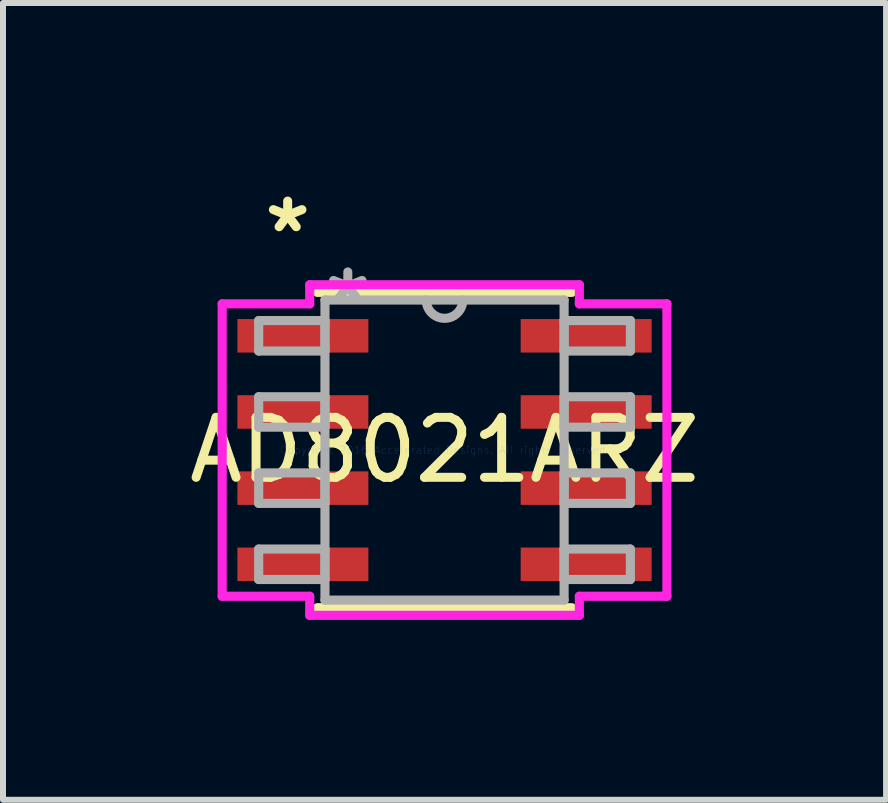
<source format=kicad_pcb>
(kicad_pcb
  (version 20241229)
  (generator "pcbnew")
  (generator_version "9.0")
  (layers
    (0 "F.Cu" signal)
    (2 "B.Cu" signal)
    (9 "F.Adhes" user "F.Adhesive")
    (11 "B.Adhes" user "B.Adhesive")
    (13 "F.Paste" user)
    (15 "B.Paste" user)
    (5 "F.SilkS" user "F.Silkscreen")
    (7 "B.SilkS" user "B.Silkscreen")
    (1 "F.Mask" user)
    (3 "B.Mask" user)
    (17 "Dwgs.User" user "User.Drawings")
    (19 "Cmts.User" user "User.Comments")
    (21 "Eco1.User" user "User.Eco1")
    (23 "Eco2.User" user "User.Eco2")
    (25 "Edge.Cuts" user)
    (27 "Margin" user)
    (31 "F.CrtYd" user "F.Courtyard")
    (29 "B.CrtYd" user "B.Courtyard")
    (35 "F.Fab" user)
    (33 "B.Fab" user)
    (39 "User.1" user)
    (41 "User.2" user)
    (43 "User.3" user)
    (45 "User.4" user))
  (footprint "AD8021ARZ"
    (layer "F.Cu")
    (at 4.363 4.455)
    (property "Reference" "AD8021ARZ" (at 0 0 0) (layer "F.SilkS") (effects (font (size 1 1) (thickness 0.15))))
    (attr through_hole)
    (fp_line (start -2.121 2.629) (end 2.121 2.629) (stroke (width 0.152) (type solid)) (layer "F.SilkS"))
    (fp_line (start 2.121 -2.629) (end -2.121 -2.629) (stroke (width 0.152) (type solid)) (layer "F.SilkS"))
    (fp_line (start -3.708 -2.438) (end -2.248 -2.438) (stroke (width 0.152) (type solid)) (layer "F.CrtYd"))
    (fp_line (start -3.708 2.438) (end -3.708 -2.438) (stroke (width 0.152) (type solid)) (layer "F.CrtYd"))
    (fp_line (start -2.248 -2.756) (end 2.248 -2.756) (stroke (width 0.152) (type solid)) (layer "F.CrtYd"))
    (fp_line (start -2.248 -2.438) (end -2.248 -2.756) (stroke (width 0.152) (type solid)) (layer "F.CrtYd"))
    (fp_line (start -2.248 2.438) (end -3.708 2.438) (stroke (width 0.152) (type solid)) (layer "F.CrtYd"))
    (fp_line (start -2.248 2.756) (end -2.248 2.438) (stroke (width 0.152) (type solid)) (layer "F.CrtYd"))
    (fp_line (start 2.248 -2.756) (end 2.248 -2.438) (stroke (width 0.152) (type solid)) (layer "F.CrtYd"))
    (fp_line (start 2.248 -2.438) (end 3.708 -2.438) (stroke (width 0.152) (type solid)) (layer "F.CrtYd"))
    (fp_line (start 2.248 2.438) (end 2.248 2.756) (stroke (width 0.152) (type solid)) (layer "F.CrtYd"))
    (fp_line (start 2.248 2.756) (end -2.248 2.756) (stroke (width 0.152) (type solid)) (layer "F.CrtYd"))
    (fp_line (start 3.708 -2.438) (end 3.708 2.438) (stroke (width 0.152) (type solid)) (layer "F.CrtYd"))
    (fp_line (start 3.708 2.438) (end 2.248 2.438) (stroke (width 0.152) (type solid)) (layer "F.CrtYd"))
    (fp_line (start -3.099 -2.159) (end -3.099 -1.651) (stroke (width 0.152) (type solid)) (layer "F.Fab"))
    (fp_line (start -3.099 -1.651) (end -1.994 -1.651) (stroke (width 0.152) (type solid)) (layer "F.Fab"))
    (fp_line (start -3.099 -0.889) (end -3.099 -0.381) (stroke (width 0.152) (type solid)) (layer "F.Fab"))
    (fp_line (start -3.099 -0.381) (end -1.994 -0.381) (stroke (width 0.152) (type solid)) (layer "F.Fab"))
    (fp_line (start -3.099 0.381) (end -3.099 0.889) (stroke (width 0.152) (type solid)) (layer "F.Fab"))
    (fp_line (start -3.099 0.889) (end -1.994 0.889) (stroke (width 0.152) (type solid)) (layer "F.Fab"))
    (fp_line (start -3.099 1.651) (end -3.099 2.159) (stroke (width 0.152) (type solid)) (layer "F.Fab"))
    (fp_line (start -3.099 2.159) (end -1.994 2.159) (stroke (width 0.152) (type solid)) (layer "F.Fab"))
    (fp_line (start -1.994 -2.502) (end -1.994 2.502) (stroke (width 0.152) (type solid)) (layer "F.Fab"))
    (fp_line (start -1.994 -2.159) (end -3.099 -2.159) (stroke (width 0.152) (type solid)) (layer "F.Fab"))
    (fp_line (start -1.994 -1.651) (end -1.994 -2.159) (stroke (width 0.152) (type solid)) (layer "F.Fab"))
    (fp_line (start -1.994 -0.889) (end -3.099 -0.889) (stroke (width 0.152) (type solid)) (layer "F.Fab"))
    (fp_line (start -1.994 -0.381) (end -1.994 -0.889) (stroke (width 0.152) (type solid)) (layer "F.Fab"))
    (fp_line (start -1.994 0.381) (end -3.099 0.381) (stroke (width 0.152) (type solid)) (layer "F.Fab"))
    (fp_line (start -1.994 0.889) (end -1.994 0.381) (stroke (width 0.152) (type solid)) (layer "F.Fab"))
    (fp_line (start -1.994 1.651) (end -3.099 1.651) (stroke (width 0.152) (type solid)) (layer "F.Fab"))
    (fp_line (start -1.994 2.159) (end -1.994 1.651) (stroke (width 0.152) (type solid)) (layer "F.Fab"))
    (fp_line (start -1.994 2.502) (end 1.994 2.502) (stroke (width 0.152) (type solid)) (layer "F.Fab"))
    (fp_line (start 1.994 -2.502) (end -1.994 -2.502) (stroke (width 0.152) (type solid)) (layer "F.Fab"))
    (fp_line (start 1.994 -2.159) (end 1.994 -1.651) (stroke (width 0.152) (type solid)) (layer "F.Fab"))
    (fp_line (start 1.994 -1.651) (end 3.099 -1.651) (stroke (width 0.152) (type solid)) (layer "F.Fab"))
    (fp_line (start 1.994 -0.889) (end 1.994 -0.381) (stroke (width 0.152) (type solid)) (layer "F.Fab"))
    (fp_line (start 1.994 -0.381) (end 3.099 -0.381) (stroke (width 0.152) (type solid)) (layer "F.Fab"))
    (fp_line (start 1.994 0.381) (end 1.994 0.889) (stroke (width 0.152) (type solid)) (layer "F.Fab"))
    (fp_line (start 1.994 0.889) (end 3.099 0.889) (stroke (width 0.152) (type solid)) (layer "F.Fab"))
    (fp_line (start 1.994 1.651) (end 1.994 2.159) (stroke (width 0.152) (type solid)) (layer "F.Fab"))
    (fp_line (start 1.994 2.159) (end 3.099 2.159) (stroke (width 0.152) (type solid)) (layer "F.Fab"))
    (fp_line (start 1.994 2.502) (end 1.994 -2.502) (stroke (width 0.152) (type solid)) (layer "F.Fab"))
    (fp_line (start 3.099 -2.159) (end 1.994 -2.159) (stroke (width 0.152) (type solid)) (layer "F.Fab"))
    (fp_line (start 3.099 -1.651) (end 3.099 -2.159) (stroke (width 0.152) (type solid)) (layer "F.Fab"))
    (fp_line (start 3.099 -0.889) (end 1.994 -0.889) (stroke (width 0.152) (type solid)) (layer "F.Fab"))
    (fp_line (start 3.099 -0.381) (end 3.099 -0.889) (stroke (width 0.152) (type solid)) (layer "F.Fab"))
    (fp_line (start 3.099 0.381) (end 1.994 0.381) (stroke (width 0.152) (type solid)) (layer "F.Fab"))
    (fp_line (start 3.099 0.889) (end 3.099 0.381) (stroke (width 0.152) (type solid)) (layer "F.Fab"))
    (fp_line (start 3.099 1.651) (end 1.994 1.651) (stroke (width 0.152) (type solid)) (layer "F.Fab"))
    (fp_line (start 3.099 2.159) (end 3.099 1.651) (stroke (width 0.152) (type solid)) (layer "F.Fab"))
    (fp_arc (start 0.3048 -2.5019) (mid 0 -2.1971) (end -0.3048 -2.5019) (stroke (width 0.1524) (type solid)) (layer "F.Fab"))
    (fp_text user "*" (at -2.616 -3.607 0) (layer "F.SilkS") (effects (font (size 1 1) (thickness 0.15))))
    (fp_text user "Copyright 2016 Accelerated Designs. All rights reserved." (at 0 0 0) (layer "Cmts.User") (effects (font (size 0.127 0.127) (thickness 0.002))))
    (fp_text user "*" (at -1.613 -2.426 0) (layer "F.Fab") (effects (font (size 1 1) (thickness 0.15))))
    (pad "1" smd rect (at -2.362 -1.905) (size 2.184 0.559) (layers "F.Cu" "F.Mask" "F.Paste"))
    (pad "2" smd rect (at -2.362 -0.635) (size 2.184 0.559) (layers "F.Cu" "F.Mask" "F.Paste"))
    (pad "3" smd rect (at -2.362 0.635) (size 2.184 0.559) (layers "F.Cu" "F.Mask" "F.Paste"))
    (pad "4" smd rect (at -2.362 1.905) (size 2.184 0.559) (layers "F.Cu" "F.Mask" "F.Paste"))
    (pad "5" smd rect (at 2.362 1.905) (size 2.184 0.559) (layers "F.Cu" "F.Mask" "F.Paste"))
    (pad "6" smd rect (at 2.362 0.635) (size 2.184 0.559) (layers "F.Cu" "F.Mask" "F.Paste"))
    (pad "7" smd rect (at 2.362 -0.635) (size 2.184 0.559) (layers "F.Cu" "F.Mask" "F.Paste"))
    (pad "8" smd rect (at 2.362 -1.905) (size 2.184 0.559) (layers "F.Cu" "F.Mask" "F.Paste")))
  (gr_rect
    (start -3 -3)
    (end 11.726 10.287)
    (stroke (width 0.1) (type default))
    (fill no)
    (layer "Edge.Cuts")))
</source>
